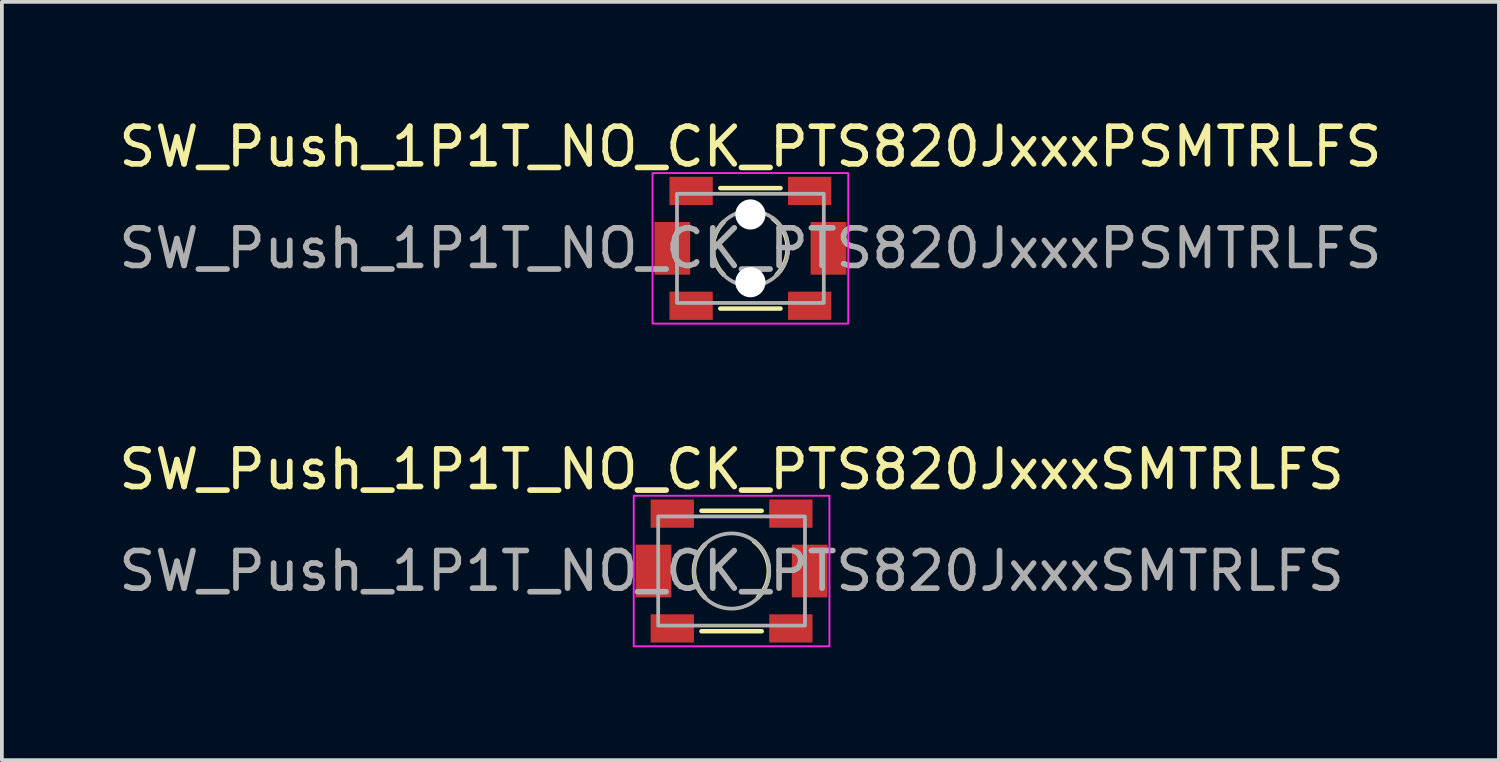
<source format=kicad_pcb>
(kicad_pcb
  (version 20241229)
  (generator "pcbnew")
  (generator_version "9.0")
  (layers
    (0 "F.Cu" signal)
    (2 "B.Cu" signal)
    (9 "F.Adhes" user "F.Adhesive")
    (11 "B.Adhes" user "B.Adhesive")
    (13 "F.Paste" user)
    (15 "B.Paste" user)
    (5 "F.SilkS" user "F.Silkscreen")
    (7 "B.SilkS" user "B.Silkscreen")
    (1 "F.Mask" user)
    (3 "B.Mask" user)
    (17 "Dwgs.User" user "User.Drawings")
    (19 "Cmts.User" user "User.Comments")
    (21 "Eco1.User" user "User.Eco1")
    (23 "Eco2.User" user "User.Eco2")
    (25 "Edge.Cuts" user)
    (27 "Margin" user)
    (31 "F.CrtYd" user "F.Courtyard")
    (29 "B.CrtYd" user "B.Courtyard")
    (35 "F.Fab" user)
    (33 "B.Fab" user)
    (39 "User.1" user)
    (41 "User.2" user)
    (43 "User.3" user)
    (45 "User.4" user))
  (footprint "SW_Push_1P1T_NO_CK_PTS820JxxxPSMTRLFS"
    (layer "F.Cu")
    (at 16.887 3.548)
    (property "Reference" "SW_Push_1P1T_NO_CK_PTS820JxxxPSMTRLFS" (at 0 -2.7 0) (unlocked yes) (layer "F.SilkS") (effects (font (size 1 1) (thickness 0.15))))
    (attr smd)
    (fp_line (start -0.8 -1.6) (end 0.8 -1.6) (stroke (width 0.12) (type default)) (layer "F.SilkS"))
    (fp_line (start -0.8 1.6) (end 0.8 1.6) (stroke (width 0.12) (type default)) (layer "F.SilkS"))
    (fp_arc (start -0.710051 0.7) (mid -1 0) (end -0.710051 -0.7) (stroke (width 0.12) (type default)) (layer "F.SilkS"))
    (fp_arc (start 0.593969 -0.791959) (mid 0.987458 -0.070177) (end 0.7 0.7) (stroke (width 0.12) (type default)) (layer "F.SilkS"))
    (fp_rect (start -2.6 -2) (end 2.6 2) (stroke (width 0.05) (type default)) (fill no) (layer "F.CrtYd"))
    (fp_rect (start -1.95 -1.45) (end 1.95 1.45) (stroke (width 0.1) (type default)) (fill no) (layer "F.Fab"))
    (fp_circle (center 0 0) (end 1 0) (stroke (width 0.1) (type default)) (fill no) (layer "F.Fab"))
    (fp_text user "${REFERENCE}" (at 0 0 0) (unlocked yes) (layer "F.Fab") (effects (font (size 1 1) (thickness 0.15))))
    (pad "" np_thru_hole circle (at 0 -0.9) (size 0.8 0.8) (drill 0.8) (layers "*.Cu" "*.Mask"))
    (pad "" np_thru_hole circle (at 0 0.9) (size 0.8 0.8) (drill 0.8) (layers "*.Cu" "*.Mask"))
    (pad "1" smd rect (at -2.075 0) (size 0.95 1.4) (layers "F.Cu" "F.Mask" "F.Paste"))
    (pad "2" smd rect (at 2.075 0) (size 0.95 1.4) (layers "F.Cu" "F.Mask" "F.Paste"))
    (pad "SH" smd rect (at -1.575 -1.525) (size 1.15 0.75) (layers "F.Cu" "F.Mask" "F.Paste"))
    (pad "SH" smd rect (at -1.575 1.525) (size 1.15 0.75) (layers "F.Cu" "F.Mask" "F.Paste"))
    (pad "SH" smd rect (at 1.575 -1.525) (size 1.15 0.75) (layers "F.Cu" "F.Mask" "F.Paste"))
    (pad "SH" smd rect (at 1.575 1.525) (size 1.15 0.75) (layers "F.Cu" "F.Mask" "F.Paste")))
  (footprint "SW_Push_1P1T_NO_CK_PTS820JxxxSMTRLFS"
    (layer "F.Cu")
    (at 16.387 12.121)
    (property "Reference" "SW_Push_1P1T_NO_CK_PTS820JxxxSMTRLFS" (at 0 -2.7 0) (unlocked yes) (layer "F.SilkS") (effects (font (size 1 1) (thickness 0.15))))
    (attr smd)
    (fp_line (start -0.8 -1.6) (end 0.8 -1.6) (stroke (width 0.12) (type default)) (layer "F.SilkS"))
    (fp_line (start -0.8 1.6) (end 0.8 1.6) (stroke (width 0.12) (type default)) (layer "F.SilkS"))
    (fp_arc (start -0.710051 0.7) (mid -1 0) (end -0.710051 -0.7) (stroke (width 0.12) (type default)) (layer "F.SilkS"))
    (fp_arc (start 0.593969 -0.791959) (mid 0.987458 -0.070177) (end 0.7 0.7) (stroke (width 0.12) (type default)) (layer "F.SilkS"))
    (fp_rect (start -2.6 -2) (end 2.6 2) (stroke (width 0.05) (type default)) (fill no) (layer "F.CrtYd"))
    (fp_rect (start -1.95 -1.45) (end 1.95 1.45) (stroke (width 0.1) (type default)) (fill no) (layer "F.Fab"))
    (fp_circle (center 0 0) (end 1 0) (stroke (width 0.1) (type default)) (fill no) (layer "F.Fab"))
    (fp_text user "${REFERENCE}" (at 0 0 0) (unlocked yes) (layer "F.Fab") (effects (font (size 1 1) (thickness 0.15))))
    (pad "1" smd rect (at -2.075 0) (size 0.95 1.4) (layers "F.Cu" "F.Mask" "F.Paste"))
    (pad "2" smd rect (at 2.075 0) (size 0.95 1.4) (layers "F.Cu" "F.Mask" "F.Paste"))
    (pad "SH" smd rect (at -1.575 -1.525) (size 1.15 0.75) (layers "F.Cu" "F.Mask" "F.Paste"))
    (pad "SH" smd rect (at -1.575 1.525) (size 1.15 0.75) (layers "F.Cu" "F.Mask" "F.Paste"))
    (pad "SH" smd rect (at 1.575 -1.525) (size 1.15 0.75) (layers "F.Cu" "F.Mask" "F.Paste"))
    (pad "SH" smd rect (at 1.575 1.525) (size 1.15 0.75) (layers "F.Cu" "F.Mask" "F.Paste")))
  (gr_rect
    (start -3 -3)
    (end 36.774 17.146)
    (stroke (width 0.1) (type default))
    (fill no)
    (layer "Edge.Cuts")))
</source>
